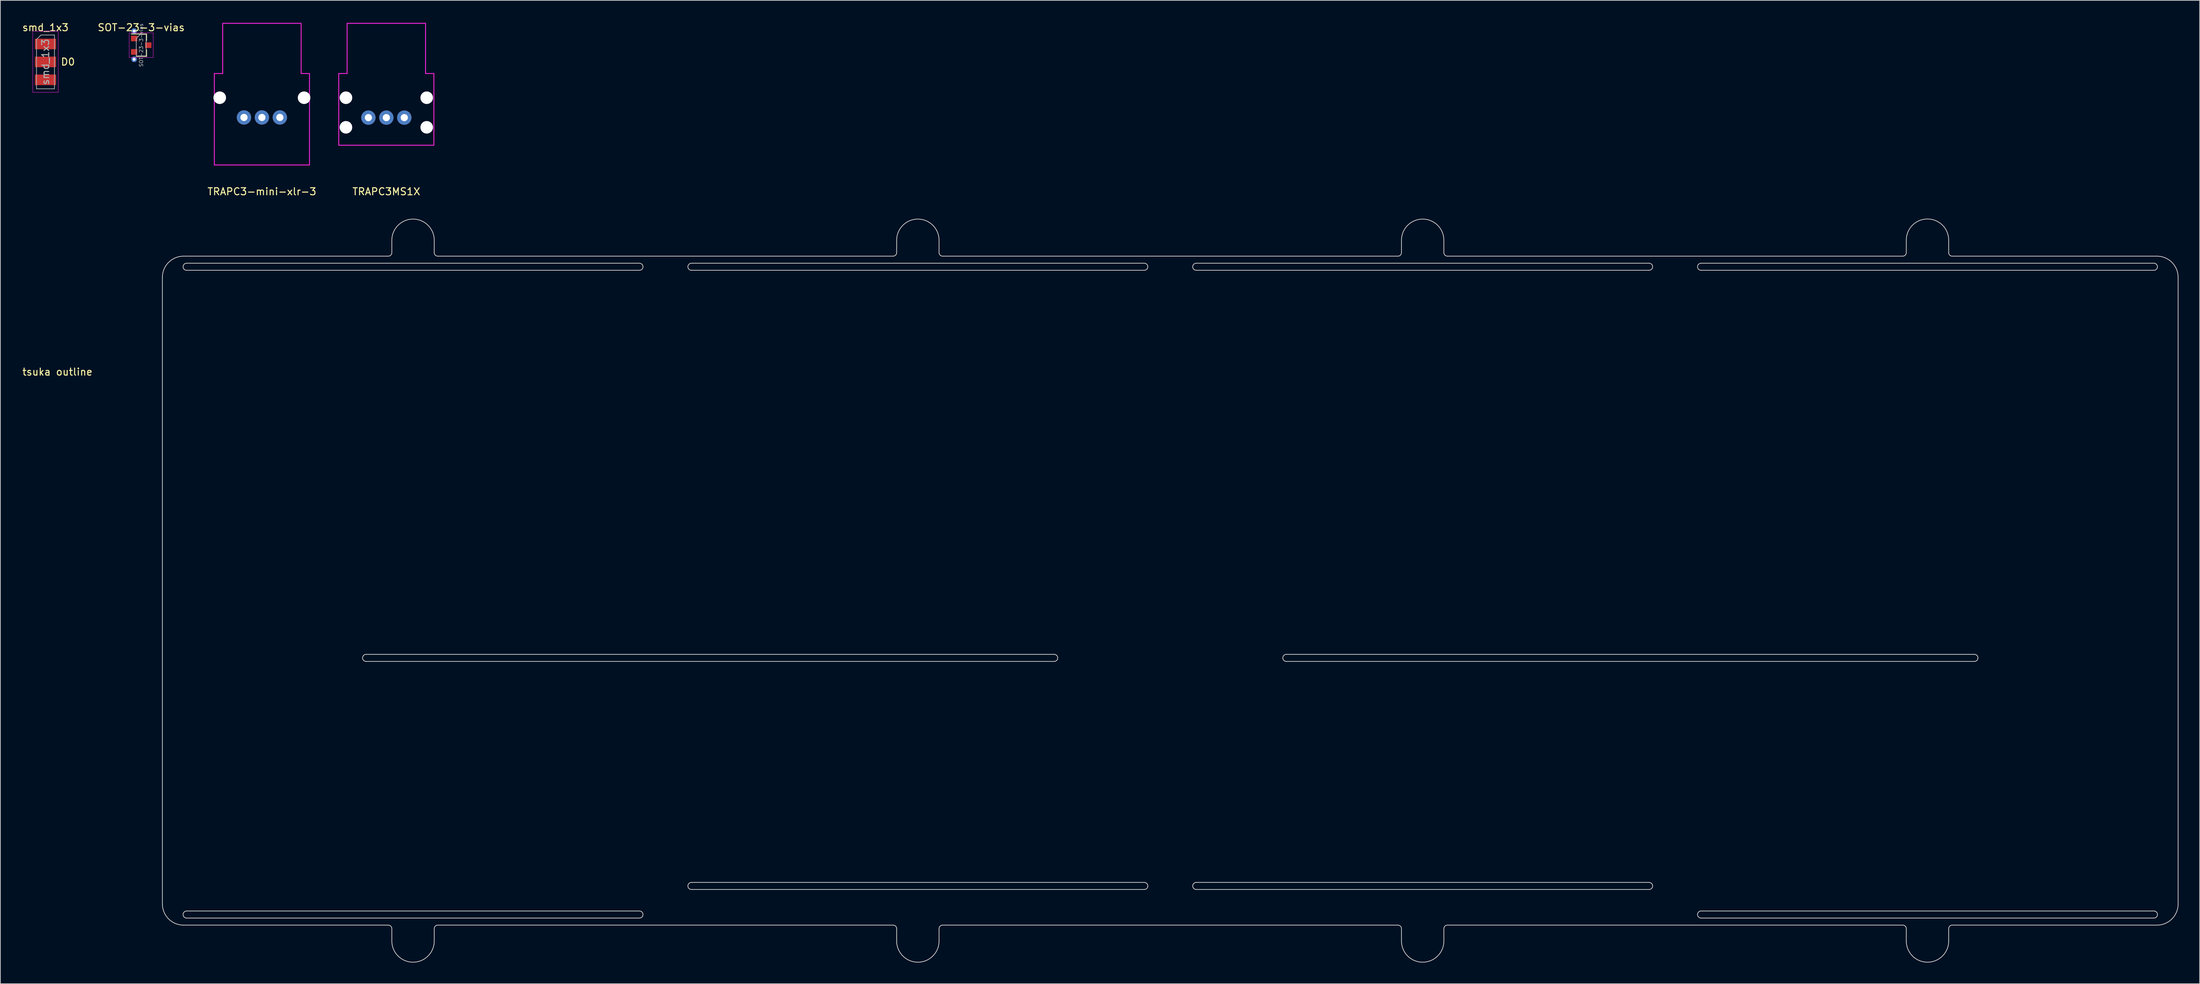
<source format=kicad_pcb>
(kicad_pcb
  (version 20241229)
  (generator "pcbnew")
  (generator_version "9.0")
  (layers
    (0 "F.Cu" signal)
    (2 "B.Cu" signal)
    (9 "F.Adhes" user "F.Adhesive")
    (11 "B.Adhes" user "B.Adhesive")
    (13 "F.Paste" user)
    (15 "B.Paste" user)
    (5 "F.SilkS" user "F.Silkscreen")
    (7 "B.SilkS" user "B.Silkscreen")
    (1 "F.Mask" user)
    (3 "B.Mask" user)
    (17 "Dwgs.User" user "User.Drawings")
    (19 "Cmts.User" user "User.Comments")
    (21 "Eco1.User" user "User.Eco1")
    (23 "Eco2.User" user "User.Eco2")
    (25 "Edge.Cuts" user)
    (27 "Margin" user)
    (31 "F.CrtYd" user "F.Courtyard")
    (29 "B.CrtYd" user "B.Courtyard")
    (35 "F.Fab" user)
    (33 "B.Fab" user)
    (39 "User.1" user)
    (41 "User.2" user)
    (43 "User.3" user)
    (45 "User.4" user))
  (footprint "TRAPC3MS1X"
    (layer "F.Cu")
    (at 51.621 0.25)
    (property "Reference" "TRAPC3MS1X" (at 0 23.835 0) (layer "F.SilkS") (effects (font (size 1 1) (thickness 0.15))))
    (attr through_hole)
    (fp_line (start -6.731 7.112) (end -5.55 7.112) (stroke (width 0.12) (type solid)) (layer "F.CrtYd"))
    (fp_line (start -6.731 17.272) (end -6.731 7.112) (stroke (width 0.12) (type solid)) (layer "F.CrtYd"))
    (fp_line (start -6.731 17.272) (end 6.731 17.272) (stroke (width 0.12) (type solid)) (layer "F.CrtYd"))
    (fp_line (start -5.55 0) (end -5.55 7.112) (stroke (width 0.12) (type solid)) (layer "F.CrtYd"))
    (fp_line (start 5.55 0) (end -5.55 0) (stroke (width 0.12) (type solid)) (layer "F.CrtYd"))
    (fp_line (start 5.55 0) (end 5.55 7.112) (stroke (width 0.12) (type solid)) (layer "F.CrtYd"))
    (fp_line (start 5.55 7.112) (end 6.731 7.112) (stroke (width 0.12) (type solid)) (layer "F.CrtYd"))
    (fp_line (start 6.731 17.272) (end 6.731 7.112) (stroke (width 0.12) (type solid)) (layer "F.CrtYd"))
    (pad "" np_thru_hole circle (at -5.715 10.541) (size 1.778 1.778) (drill 1.778) (layers "*.Cu" "*.Mask"))
    (pad "" np_thru_hole circle (at -5.715 14.732) (size 1.778 1.778) (drill 1.778) (layers "*.Cu" "*.Mask"))
    (pad "" np_thru_hole circle (at 5.715 10.541) (size 1.778 1.778) (drill 1.778) (layers "*.Cu" "*.Mask"))
    (pad "" np_thru_hole circle (at 5.715 14.732) (size 1.778 1.778) (drill 1.778) (layers "*.Cu" "*.Mask"))
    (pad "1" thru_hole circle (at 2.54 13.36) (size 2.032 2.032) (drill 1.016) (layers "*.Cu" "*.Mask"))
    (pad "2" thru_hole circle (at 0 13.36) (size 2.032 2.032) (drill 1.016) (layers "*.Cu" "*.Mask"))
    (pad "3" thru_hole circle (at -2.54 13.36) (size 2.032 2.032) (drill 1.016) (layers "*.Cu" "*.Mask")))
  (footprint "tsuka outline"
    (layer "F.Cu")
    (at 19.682 32.983)
    (property "Reference" "tsuka outline" (at -14.605 16.645 180) (layer "F.SilkS") (effects (font (size 1 1) (thickness 0.15))))
    (attr through_hole)
    (fp_line (start 0.25 92) (end 0.25 3.25) (stroke (width 0.1) (type solid)) (layer "Edge.Cuts"))
    (fp_line (start 3.25 0.25) (end 32.219 0.25) (stroke (width 0.1) (type solid)) (layer "Edge.Cuts"))
    (fp_line (start 3.675 2.25) (end 67.763 2.25) (stroke (width 0.1) (type solid)) (layer "Edge.Cuts"))
    (fp_line (start 3.675 94) (end 67.763 94) (stroke (width 0.1) (type solid)) (layer "Edge.Cuts"))
    (fp_line (start 29.075 57.65) (end 126.449 57.65) (stroke (width 0.1) (type solid)) (layer "Edge.Cuts"))
    (fp_line (start 32.219 95) (end 3.25 95) (stroke (width 0.1) (type solid)) (layer "Edge.Cuts"))
    (fp_line (start 32.719 -0.25) (end 32.719 -2) (stroke (width 0.1) (type solid)) (layer "Edge.Cuts"))
    (fp_line (start 32.719 97.25) (end 32.719 95.5) (stroke (width 0.1) (type solid)) (layer "Edge.Cuts"))
    (fp_line (start 38.719 -2) (end 38.719 -0.25) (stroke (width 0.1) (type solid)) (layer "Edge.Cuts"))
    (fp_line (start 38.719 95.5) (end 38.719 97.25) (stroke (width 0.1) (type solid)) (layer "Edge.Cuts"))
    (fp_line (start 39.219 0.25) (end 103.656 0.25) (stroke (width 0.1) (type solid)) (layer "Edge.Cuts"))
    (fp_line (start 67.763 1.25) (end 3.675 1.25) (stroke (width 0.1) (type solid)) (layer "Edge.Cuts"))
    (fp_line (start 67.763 93) (end 3.675 93) (stroke (width 0.1) (type solid)) (layer "Edge.Cuts"))
    (fp_line (start 75.112 2.25) (end 139.2 2.25) (stroke (width 0.1) (type solid)) (layer "Edge.Cuts"))
    (fp_line (start 75.112 89.952) (end 139.2 89.952) (stroke (width 0.1) (type solid)) (layer "Edge.Cuts"))
    (fp_line (start 103.656 95) (end 39.219 95) (stroke (width 0.1) (type solid)) (layer "Edge.Cuts"))
    (fp_line (start 104.156 -0.25) (end 104.156 -2) (stroke (width 0.1) (type solid)) (layer "Edge.Cuts"))
    (fp_line (start 104.156 97.25) (end 104.156 95.5) (stroke (width 0.1) (type solid)) (layer "Edge.Cuts"))
    (fp_line (start 110.156 -2) (end 110.156 -0.25) (stroke (width 0.1) (type solid)) (layer "Edge.Cuts"))
    (fp_line (start 110.156 95.5) (end 110.156 97.25) (stroke (width 0.1) (type solid)) (layer "Edge.Cuts"))
    (fp_line (start 110.656 0.25) (end 175.094 0.25) (stroke (width 0.1) (type solid)) (layer "Edge.Cuts"))
    (fp_line (start 126.449 56.65) (end 29.075 56.65) (stroke (width 0.1) (type solid)) (layer "Edge.Cuts"))
    (fp_line (start 139.2 1.25) (end 75.112 1.25) (stroke (width 0.1) (type solid)) (layer "Edge.Cuts"))
    (fp_line (start 139.2 88.952) (end 75.112 88.952) (stroke (width 0.1) (type solid)) (layer "Edge.Cuts"))
    (fp_line (start 146.55 2.25) (end 210.637 2.25) (stroke (width 0.1) (type solid)) (layer "Edge.Cuts"))
    (fp_line (start 146.55 89.952) (end 210.637 89.952) (stroke (width 0.1) (type solid)) (layer "Edge.Cuts"))
    (fp_line (start 159.301 57.65) (end 256.675 57.65) (stroke (width 0.1) (type solid)) (layer "Edge.Cuts"))
    (fp_line (start 175.094 95) (end 110.656 95) (stroke (width 0.1) (type solid)) (layer "Edge.Cuts"))
    (fp_line (start 175.594 -0.25) (end 175.594 -2) (stroke (width 0.1) (type solid)) (layer "Edge.Cuts"))
    (fp_line (start 175.594 97.25) (end 175.594 95.5) (stroke (width 0.1) (type solid)) (layer "Edge.Cuts"))
    (fp_line (start 181.594 -2) (end 181.594 -0.25) (stroke (width 0.1) (type solid)) (layer "Edge.Cuts"))
    (fp_line (start 181.594 95.5) (end 181.594 97.25) (stroke (width 0.1) (type solid)) (layer "Edge.Cuts"))
    (fp_line (start 182.094 0.25) (end 246.531 0.25) (stroke (width 0.1) (type solid)) (layer "Edge.Cuts"))
    (fp_line (start 210.637 1.25) (end 146.55 1.25) (stroke (width 0.1) (type solid)) (layer "Edge.Cuts"))
    (fp_line (start 210.637 88.952) (end 146.55 88.952) (stroke (width 0.1) (type solid)) (layer "Edge.Cuts"))
    (fp_line (start 217.988 2.25) (end 282.075 2.25) (stroke (width 0.1) (type solid)) (layer "Edge.Cuts"))
    (fp_line (start 217.988 94) (end 282.075 94) (stroke (width 0.1) (type solid)) (layer "Edge.Cuts"))
    (fp_line (start 246.531 95) (end 182.094 95) (stroke (width 0.1) (type solid)) (layer "Edge.Cuts"))
    (fp_line (start 247.031 -0.25) (end 247.031 -2) (stroke (width 0.1) (type solid)) (layer "Edge.Cuts"))
    (fp_line (start 247.031 97.25) (end 247.031 95.5) (stroke (width 0.1) (type solid)) (layer "Edge.Cuts"))
    (fp_line (start 253.031 -2) (end 253.031 -0.25) (stroke (width 0.1) (type solid)) (layer "Edge.Cuts"))
    (fp_line (start 253.031 95.5) (end 253.031 97.25) (stroke (width 0.1) (type solid)) (layer "Edge.Cuts"))
    (fp_line (start 253.531 0.25) (end 282.5 0.25) (stroke (width 0.1) (type solid)) (layer "Edge.Cuts"))
    (fp_line (start 256.675 56.65) (end 159.301 56.65) (stroke (width 0.1) (type solid)) (layer "Edge.Cuts"))
    (fp_line (start 282.075 1.25) (end 217.987 1.25) (stroke (width 0.1) (type solid)) (layer "Edge.Cuts"))
    (fp_line (start 282.075 93) (end 217.987 93) (stroke (width 0.1) (type solid)) (layer "Edge.Cuts"))
    (fp_line (start 282.5 95) (end 253.531 95) (stroke (width 0.1) (type solid)) (layer "Edge.Cuts"))
    (fp_line (start 285.5 3.25) (end 285.5 92) (stroke (width 0.1) (type solid)) (layer "Edge.Cuts"))
    (fp_arc (start 0.25 3.25) (mid 1.128679 1.12868) (end 3.249999 0.25) (stroke (width 0.1) (type solid)) (layer "Edge.Cuts"))
    (fp_arc (start 3.250001 94.999999) (mid 1.12868 94.12132) (end 0.25 92) (stroke (width 0.1) (type solid)) (layer "Edge.Cuts"))
    (fp_arc (start 3.674999 2.249998) (mid 3.175 1.749999) (end 3.674999 1.25) (stroke (width 0.1) (type solid)) (layer "Edge.Cuts"))
    (fp_arc (start 3.675 94) (mid 3.175 93.5) (end 3.675 93) (stroke (width 0.1) (type solid)) (layer "Edge.Cuts"))
    (fp_arc (start 29.075001 57.65) (mid 28.575 57.150001) (end 29.074999 56.65) (stroke (width 0.1) (type solid)) (layer "Edge.Cuts"))
    (fp_arc (start 32.21875 95) (mid 32.572303 95.146447) (end 32.71875 95.5) (stroke (width 0.1) (type solid)) (layer "Edge.Cuts"))
    (fp_arc (start 32.718749 -0.249999) (mid 32.572303 0.103554) (end 32.21875 0.25) (stroke (width 0.1) (type solid)) (layer "Edge.Cuts"))
    (fp_arc (start 32.71875 -2.000001) (mid 35.718751 -5) (end 38.71875 -1.999999) (stroke (width 0.1) (type solid)) (layer "Edge.Cuts"))
    (fp_arc (start 38.71875 95.5) (mid 38.865197 95.146447) (end 39.21875 95) (stroke (width 0.1) (type solid)) (layer "Edge.Cuts"))
    (fp_arc (start 38.71875 97.25) (mid 35.71875 100.25) (end 32.71875 97.25) (stroke (width 0.1) (type solid)) (layer "Edge.Cuts"))
    (fp_arc (start 39.21875 0.250001) (mid 38.865197 0.103554) (end 38.71875 -0.249999) (stroke (width 0.1) (type solid)) (layer "Edge.Cuts"))
    (fp_arc (start 67.7625 1.249999) (mid 68.2625 1.749999) (end 67.7625 2.249999) (stroke (width 0.1) (type solid)) (layer "Edge.Cuts"))
    (fp_arc (start 67.7625 93) (mid 68.2625 93.5) (end 67.7625 94) (stroke (width 0.1) (type solid)) (layer "Edge.Cuts"))
    (fp_arc (start 75.1125 2.249998) (mid 74.612501 1.749999) (end 75.1125 1.25) (stroke (width 0.1) (type solid)) (layer "Edge.Cuts"))
    (fp_arc (start 75.1125 89.95245) (mid 74.6125 89.45245) (end 75.1125 88.95245) (stroke (width 0.1) (type solid)) (layer "Edge.Cuts"))
    (fp_arc (start 103.65625 95) (mid 104.009803 95.146447) (end 104.15625 95.5) (stroke (width 0.1) (type solid)) (layer "Edge.Cuts"))
    (fp_arc (start 104.15625 -1.999999) (mid 107.15625 -4.999999) (end 110.15625 -1.999999) (stroke (width 0.1) (type solid)) (layer "Edge.Cuts"))
    (fp_arc (start 104.15625 -0.25) (mid 104.009803 0.103553) (end 103.65625 0.25) (stroke (width 0.1) (type solid)) (layer "Edge.Cuts"))
    (fp_arc (start 110.15625 95.5) (mid 110.302697 95.146447) (end 110.65625 95) (stroke (width 0.1) (type solid)) (layer "Edge.Cuts"))
    (fp_arc (start 110.15625 97.25) (mid 107.15625 100.25) (end 104.15625 97.25) (stroke (width 0.1) (type solid)) (layer "Edge.Cuts"))
    (fp_arc (start 110.65625 0.250001) (mid 110.302697 0.103554) (end 110.15625 -0.249999) (stroke (width 0.1) (type solid)) (layer "Edge.Cuts"))
    (fp_arc (start 126.449198 56.65) (mid 126.949199 57.149999) (end 126.4492 57.65) (stroke (width 0.1) (type solid)) (layer "Edge.Cuts"))
    (fp_arc (start 139.2 1.249999) (mid 139.7 1.749999) (end 139.2 2.249999) (stroke (width 0.1) (type solid)) (layer "Edge.Cuts"))
    (fp_arc (start 139.2 88.95245) (mid 139.7 89.45245) (end 139.2 89.95245) (stroke (width 0.1) (type solid)) (layer "Edge.Cuts"))
    (fp_arc (start 146.55 2.249998) (mid 146.050001 1.749999) (end 146.55 1.25) (stroke (width 0.1) (type solid)) (layer "Edge.Cuts"))
    (fp_arc (start 146.55 89.95245) (mid 146.05 89.45245) (end 146.55 88.95245) (stroke (width 0.1) (type solid)) (layer "Edge.Cuts"))
    (fp_arc (start 159.3008 57.65) (mid 158.8008 57.15) (end 159.3008 56.65) (stroke (width 0.1) (type solid)) (layer "Edge.Cuts"))
    (fp_arc (start 175.09375 95) (mid 175.447303 95.146447) (end 175.59375 95.5) (stroke (width 0.1) (type solid)) (layer "Edge.Cuts"))
    (fp_arc (start 175.593749 -0.249999) (mid 175.447303 0.103554) (end 175.09375 0.25) (stroke (width 0.1) (type solid)) (layer "Edge.Cuts"))
    (fp_arc (start 175.59375 -2.000001) (mid 178.593751 -5) (end 181.59375 -1.999999) (stroke (width 0.1) (type solid)) (layer "Edge.Cuts"))
    (fp_arc (start 181.59375 95.5) (mid 181.740197 95.146447) (end 182.09375 95) (stroke (width 0.1) (type solid)) (layer "Edge.Cuts"))
    (fp_arc (start 181.59375 97.25) (mid 178.59375 100.25) (end 175.59375 97.25) (stroke (width 0.1) (type solid)) (layer "Edge.Cuts"))
    (fp_arc (start 182.09375 0.250001) (mid 181.740197 0.103554) (end 181.59375 -0.249999) (stroke (width 0.1) (type solid)) (layer "Edge.Cuts"))
    (fp_arc (start 210.6375 1.249999) (mid 211.1375 1.749999) (end 210.6375 2.249999) (stroke (width 0.1) (type solid)) (layer "Edge.Cuts"))
    (fp_arc (start 210.6375 88.95245) (mid 211.1375 89.45245) (end 210.6375 89.95245) (stroke (width 0.1) (type solid)) (layer "Edge.Cuts"))
    (fp_arc (start 217.987501 2.249998) (mid 217.487501 1.75) (end 217.987499 1.25) (stroke (width 0.1) (type solid)) (layer "Edge.Cuts"))
    (fp_arc (start 217.987501 94) (mid 217.4875 93.500001) (end 217.987499 93) (stroke (width 0.1) (type solid)) (layer "Edge.Cuts"))
    (fp_arc (start 246.53125 95) (mid 246.884803 95.146447) (end 247.03125 95.5) (stroke (width 0.1) (type solid)) (layer "Edge.Cuts"))
    (fp_arc (start 247.031249 -0.249999) (mid 246.884803 0.103554) (end 246.53125 0.25) (stroke (width 0.1) (type solid)) (layer "Edge.Cuts"))
    (fp_arc (start 247.03125 -2.000001) (mid 250.031251 -5) (end 253.03125 -1.999999) (stroke (width 0.1) (type solid)) (layer "Edge.Cuts"))
    (fp_arc (start 253.03125 95.5) (mid 253.177697 95.146447) (end 253.53125 95) (stroke (width 0.1) (type solid)) (layer "Edge.Cuts"))
    (fp_arc (start 253.03125 97.249998) (mid 250.031251 100.249999) (end 247.03125 97.25) (stroke (width 0.1) (type solid)) (layer "Edge.Cuts"))
    (fp_arc (start 253.53125 0.250001) (mid 253.177696 0.103554) (end 253.031249 -0.25) (stroke (width 0.1) (type solid)) (layer "Edge.Cuts"))
    (fp_arc (start 256.675 56.65) (mid 257.175 57.15) (end 256.675 57.65) (stroke (width 0.1) (type solid)) (layer "Edge.Cuts"))
    (fp_arc (start 282.075 1.249999) (mid 282.575 1.749999) (end 282.075 2.249999) (stroke (width 0.1) (type solid)) (layer "Edge.Cuts"))
    (fp_arc (start 282.075 93) (mid 282.575 93.5) (end 282.075 94) (stroke (width 0.1) (type solid)) (layer "Edge.Cuts"))
    (fp_arc (start 282.5 0.25) (mid 284.62132 1.12868) (end 285.5 3.25) (stroke (width 0.1) (type solid)) (layer "Edge.Cuts"))
    (fp_arc (start 285.500001 91.999999) (mid 284.621321 94.12132) (end 282.5 95) (stroke (width 0.1) (type solid)) (layer "Edge.Cuts")))
  (footprint "TRAPC3-mini-xlr-3"
    (layer "F.Cu")
    (at 34.014 0.25)
    (property "Reference" "TRAPC3-mini-xlr-3" (at 0 23.835 0) (layer "F.SilkS") (effects (font (size 1 1) (thickness 0.15))))
    (attr through_hole)
    (fp_line (start -6.731 7.112) (end -5.55 7.112) (stroke (width 0.12) (type solid)) (layer "F.CrtYd"))
    (fp_line (start -6.731 20.066) (end -6.731 7.112) (stroke (width 0.12) (type solid)) (layer "F.CrtYd"))
    (fp_line (start -6.731 20.066) (end 6.731 20.066) (stroke (width 0.12) (type solid)) (layer "F.CrtYd"))
    (fp_line (start -5.55 0) (end -5.55 7.112) (stroke (width 0.12) (type solid)) (layer "F.CrtYd"))
    (fp_line (start 5.55 0) (end -5.55 0) (stroke (width 0.12) (type solid)) (layer "F.CrtYd"))
    (fp_line (start 5.55 0) (end 5.55 7.112) (stroke (width 0.12) (type solid)) (layer "F.CrtYd"))
    (fp_line (start 5.55 7.112) (end 6.731 7.112) (stroke (width 0.12) (type solid)) (layer "F.CrtYd"))
    (fp_line (start 6.731 20.066) (end 6.731 7.112) (stroke (width 0.12) (type solid)) (layer "F.CrtYd"))
    (pad "" np_thru_hole circle (at -5.969 10.541) (size 1.778 1.778) (drill 1.778) (layers "*.Cu" "*.Mask"))
    (pad "" np_thru_hole circle (at 5.969 10.541) (size 1.778 1.778) (drill 1.778) (layers "*.Cu" "*.Mask"))
    (pad "1" thru_hole circle (at 2.54 13.335) (size 2.032 2.032) (drill 1.016) (layers "*.Cu" "*.Mask"))
    (pad "2" thru_hole circle (at 0 13.335) (size 2.032 2.032) (drill 1.016) (layers "*.Cu" "*.Mask"))
    (pad "3" thru_hole circle (at -2.54 13.335) (size 2.032 2.032) (drill 1.016) (layers "*.Cu" "*.Mask")))
  (footprint "smd_1x3"
    (layer "F.Cu")
    (at 3.387 5.718)
    (property "Reference" "smd_1x3" (at 0 -4.87 180) (layer "F.SilkS") (effects (font (size 1 1) (thickness 0.15))))
    (attr through_hole)
    (fp_line (start -1.8 -4.34) (end -1.8 4.31) (stroke (width 0.05) (type solid)) (layer "F.CrtYd"))
    (fp_line (start -1.8 4.31) (end 1.8 4.31) (stroke (width 0.05) (type solid)) (layer "F.CrtYd"))
    (fp_line (start 1.8 -4.34) (end -1.8 -4.34) (stroke (width 0.05) (type solid)) (layer "F.CrtYd"))
    (fp_line (start 1.8 4.31) (end 1.8 -4.34) (stroke (width 0.05) (type solid)) (layer "F.CrtYd"))
    (fp_line (start -1.27 -3.175) (end -0.635 -3.81) (stroke (width 0.1) (type solid)) (layer "F.Fab"))
    (fp_line (start -1.27 3.81) (end -1.27 -3.175) (stroke (width 0.1) (type solid)) (layer "F.Fab"))
    (fp_line (start -0.635 -3.81) (end 1.27 -3.81) (stroke (width 0.1) (type solid)) (layer "F.Fab"))
    (fp_line (start 1.27 -3.81) (end 1.27 3.81) (stroke (width 0.1) (type solid)) (layer "F.Fab"))
    (fp_line (start 1.27 3.81) (end -1.27 3.81) (stroke (width 0.1) (type solid)) (layer "F.Fab"))
    (fp_text user "D0" (at 3.175 0 180) (layer "F.SilkS") (effects (font (size 1 1) (thickness 0.15))))
    (fp_text user "${REFERENCE}" (at 0 0 270) (layer "F.Fab") (effects (font (size 1 1) (thickness 0.15))))
    (pad "1" smd roundrect (at 0 -2.54) (size 3 1.5) (layers "F.Cu" "F.Mask" "F.Paste") (roundrect_rratio 0.05))
    (pad "2" smd roundrect (at 0 0) (size 3 1.5) (layers "F.Cu" "F.Mask" "F.Paste") (roundrect_rratio 0.05))
    (pad "3" smd roundrect (at 0 2.54) (size 3 1.5) (layers "F.Cu" "F.Mask" "F.Paste") (roundrect_rratio 0.05)))
  (footprint "SOT-23-3-vias"
    (layer "F.Cu")
    (at 16.931 3.348)
    (property "Reference" "SOT-23-3-vias" (at 0 -2.5 0) (layer "F.SilkS") (effects (font (size 1 1) (thickness 0.15))))
    (attr smd)
    (fp_line (start 0.76 -1.58) (end -1.4 -1.58) (stroke (width 0.12) (type solid)) (layer "F.SilkS"))
    (fp_line (start 0.76 -1.58) (end 0.76 -0.65) (stroke (width 0.12) (type solid)) (layer "F.SilkS"))
    (fp_line (start 0.76 1.58) (end -0.7 1.58) (stroke (width 0.12) (type solid)) (layer "F.SilkS"))
    (fp_line (start 0.76 1.58) (end 0.76 0.65) (stroke (width 0.12) (type solid)) (layer "F.SilkS"))
    (fp_line (start -1.7 -1.75) (end 1.7 -1.75) (stroke (width 0.05) (type solid)) (layer "F.CrtYd"))
    (fp_line (start -1.7 1.75) (end -1.7 -1.75) (stroke (width 0.05) (type solid)) (layer "F.CrtYd"))
    (fp_line (start 1.7 -1.75) (end 1.7 1.75) (stroke (width 0.05) (type solid)) (layer "F.CrtYd"))
    (fp_line (start 1.7 1.75) (end -1.7 1.75) (stroke (width 0.05) (type solid)) (layer "F.CrtYd"))
    (fp_line (start -0.7 -0.95) (end -0.7 1.5) (stroke (width 0.1) (type solid)) (layer "F.Fab"))
    (fp_line (start -0.7 -0.95) (end -0.15 -1.52) (stroke (width 0.1) (type solid)) (layer "F.Fab"))
    (fp_line (start -0.7 1.52) (end 0.7 1.52) (stroke (width 0.1) (type solid)) (layer "F.Fab"))
    (fp_line (start -0.15 -1.52) (end 0.7 -1.52) (stroke (width 0.1) (type solid)) (layer "F.Fab"))
    (fp_line (start 0.7 -1.52) (end 0.7 1.52) (stroke (width 0.1) (type solid)) (layer "F.Fab"))
    (fp_text user "${REFERENCE}" (at 0 0 90) (layer "F.Fab") (effects (font (size 0.5 0.5) (thickness 0.075))))
    (pad "1" thru_hole circle (at -1 -2) (size 0.8 0.8) (drill 0.4) (layers "*.Cu"))
    (pad "1" smd rect (at -1 -0.95) (size 0.9 0.8) (layers "F.Cu" "F.Mask" "F.Paste"))
    (pad "2" smd rect (at -1 0.95) (size 0.9 0.8) (layers "F.Cu" "F.Mask" "F.Paste"))
    (pad "2" thru_hole circle (at -1 2) (size 0.8 0.8) (drill 0.4) (layers "*.Cu"))
    (pad "3" smd rect (at 1 0) (size 0.9 0.8) (layers "F.Cu" "F.Mask" "F.Paste")))
  (gr_rect
    (start -3 -3)
    (end 308.232 136.283)
    (stroke (width 0.1) (type default))
    (fill no)
    (layer "Edge.Cuts")))
</source>
